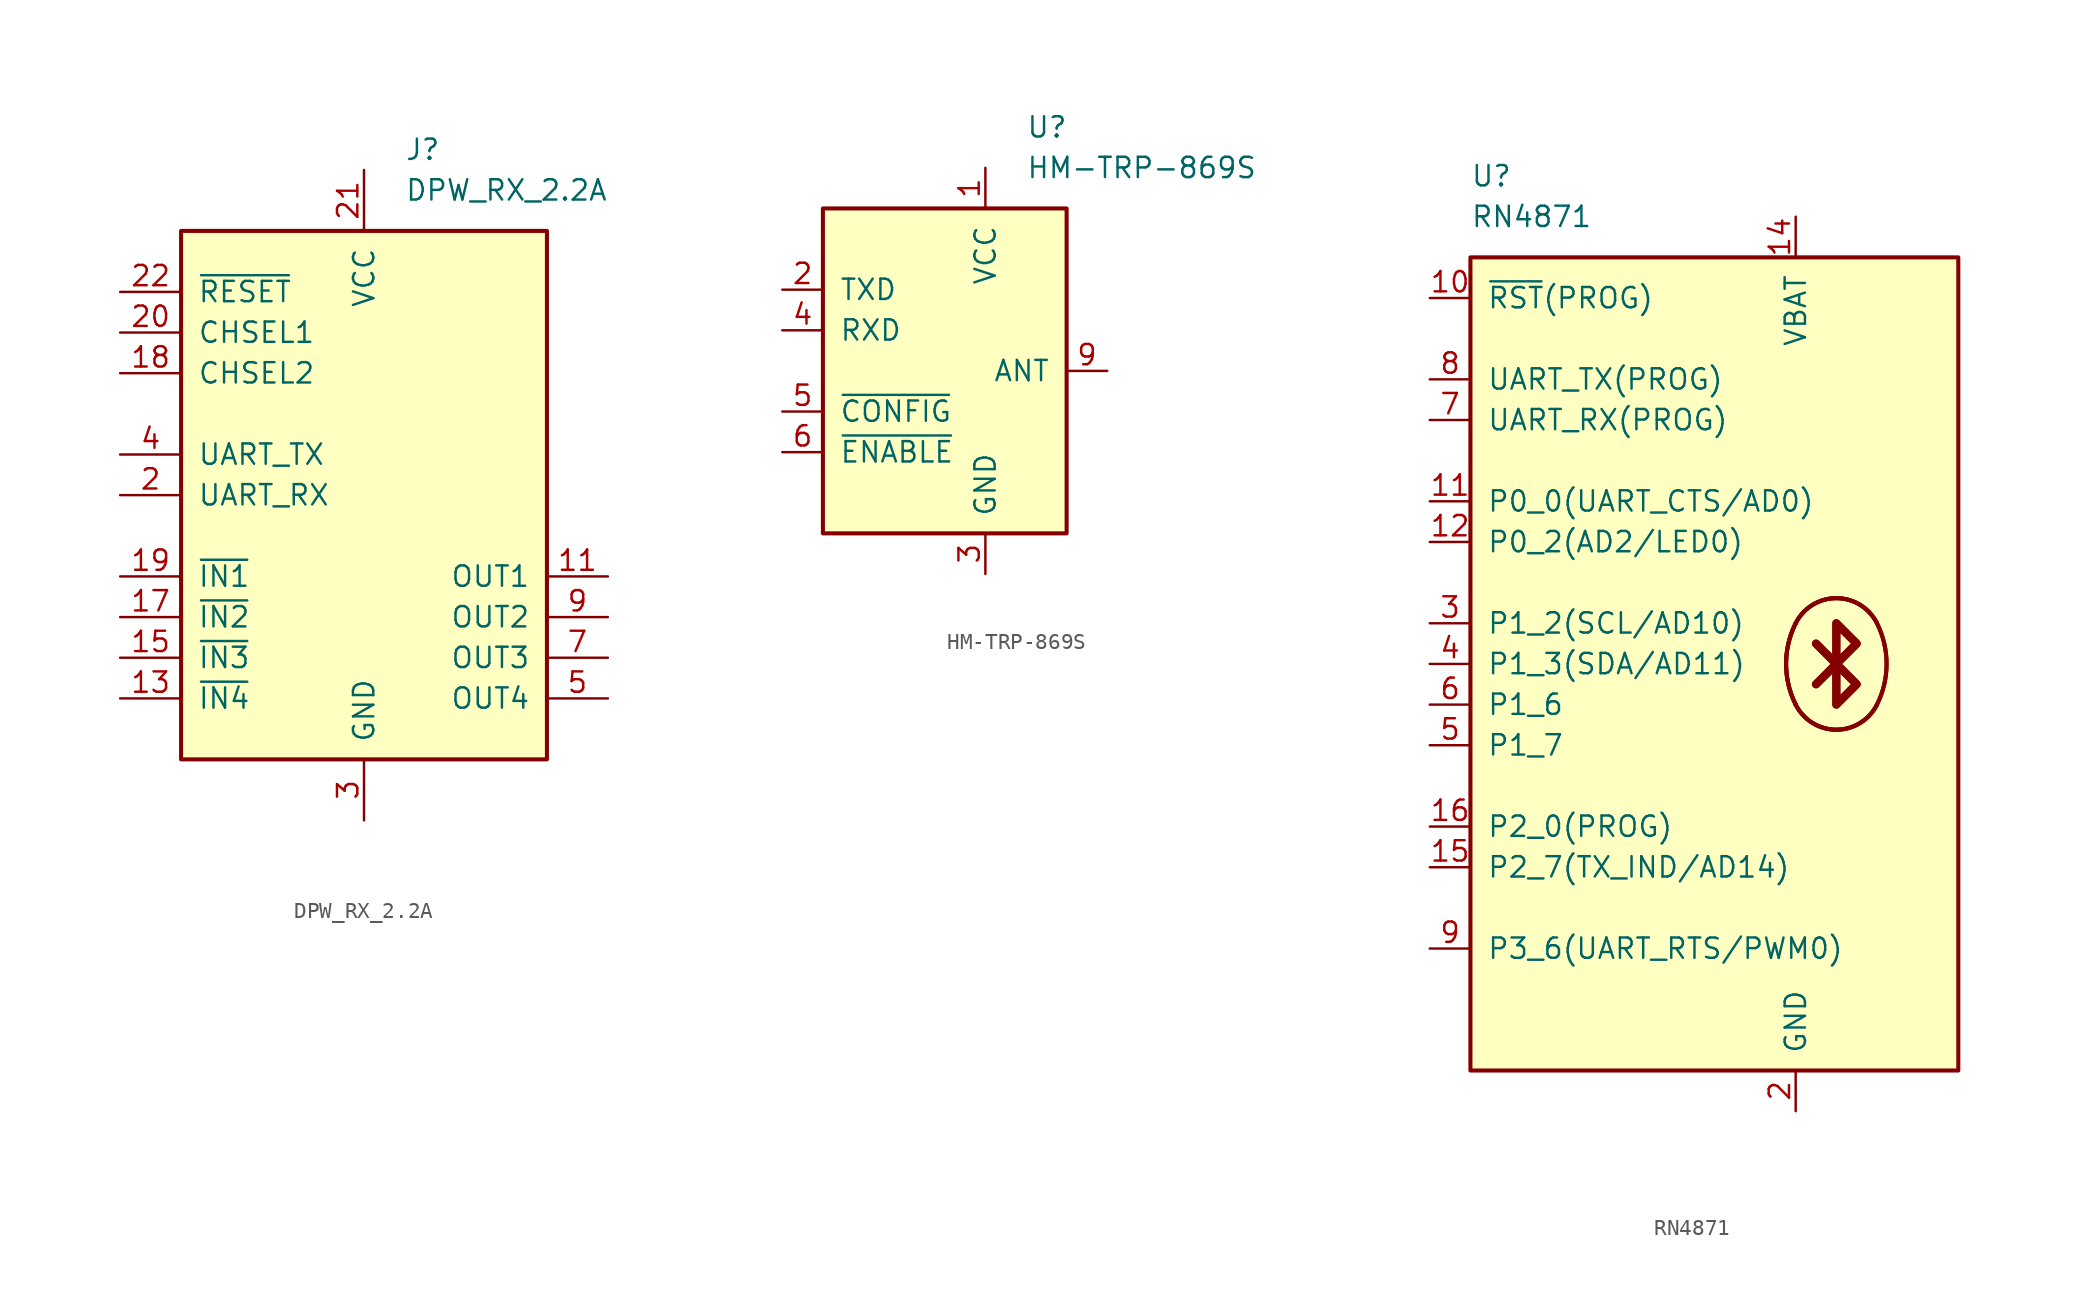
<source format=kicad_sym>
(kicad_symbol_lib
  (version 20201005)
  (generator kicad_symbol_editor)
  (symbol "KLIB_RF_Module:DPW_RX_2.2A"
    (pin_names
      (offset 1.016))
    (property "Reference" "J"
      (at 2.54 21.59 0)
      (effects (font (size 1.27 1.27)) (justify left)))
    (property "Value" "DPW_RX_2.2A"
      (at 2.54 19.05 0)
      (effects (font (size 1.27 1.27)) (justify left)))
    (symbol "DPW_RX_2.2A_0_1"
      (rectangle (start -11.43 16.51) (end 11.43 -16.51) (stroke (width 0.254)) (fill (type background))))
    (symbol "DPW_RX_2.2A_1_1"
      (pin unconnected line (at 15.24 -2.54 180) (length 3.81) hide (name "TEST" (effects (font (size 1.27 1.27)))) (number "1" (effects (font (size 1.27 1.27)))))
      (pin unconnected line (at 15.24 5.08 180) (length 3.81) hide (name "NC" (effects (font (size 1.27 1.27)))) (number "10" (effects (font (size 1.27 1.27)))))
      (pin output line (at 15.24 -5.08 180) (length 3.81) (name "OUT1" (effects (font (size 1.27 1.27)))) (number "11" (effects (font (size 1.27 1.27)))))
      (pin unconnected line (at 15.24 7.62 180) (length 3.81) hide (name "NC" (effects (font (size 1.27 1.27)))) (number "12" (effects (font (size 1.27 1.27)))))
      (pin input line (at -15.24 -12.7 0) (length 3.81) (name "~IN4" (effects (font (size 1.27 1.27)))) (number "13" (effects (font (size 1.27 1.27)))))
      (pin unconnected line (at 15.24 10.16 180) (length 3.81) hide (name "NC" (effects (font (size 1.27 1.27)))) (number "14" (effects (font (size 1.27 1.27)))))
      (pin input line (at -15.24 -10.16 0) (length 3.81) (name "~IN3" (effects (font (size 1.27 1.27)))) (number "15" (effects (font (size 1.27 1.27)))))
      (pin unconnected line (at 15.24 12.7 180) (length 3.81) hide (name "NC" (effects (font (size 1.27 1.27)))) (number "16" (effects (font (size 1.27 1.27)))))
      (pin input line (at -15.24 -7.62 0) (length 3.81) (name "~IN2" (effects (font (size 1.27 1.27)))) (number "17" (effects (font (size 1.27 1.27)))))
      (pin input line (at -15.24 7.62 0) (length 3.81) (name "CHSEL2" (effects (font (size 1.27 1.27)))) (number "18" (effects (font (size 1.27 1.27)))))
      (pin input line (at -15.24 -5.08 0) (length 3.81) (name "~IN1" (effects (font (size 1.27 1.27)))) (number "19" (effects (font (size 1.27 1.27)))))
      (pin input line (at -15.24 0 0) (length 3.81) (name "UART_RX" (effects (font (size 1.27 1.27)))) (number "2" (effects (font (size 1.27 1.27)))))
      (pin input line (at -15.24 10.16 0) (length 3.81) (name "CHSEL1" (effects (font (size 1.27 1.27)))) (number "20" (effects (font (size 1.27 1.27)))))
      (pin power_in line (at 0 20.32 270) (length 3.81) (name "VCC" (effects (font (size 1.27 1.27)))) (number "21" (effects (font (size 1.27 1.27)))))
      (pin input line (at -15.24 12.7 0) (length 3.81) (name "~RESET" (effects (font (size 1.27 1.27)))) (number "22" (effects (font (size 1.27 1.27)))))
      (pin power_in line (at 0 -20.32 90) (length 3.81) (name "GND" (effects (font (size 1.27 1.27)))) (number "3" (effects (font (size 1.27 1.27)))))
      (pin output line (at -15.24 2.54 0) (length 3.81) (name "UART_TX" (effects (font (size 1.27 1.27)))) (number "4" (effects (font (size 1.27 1.27)))))
      (pin output line (at 15.24 -12.7 180) (length 3.81) (name "OUT4" (effects (font (size 1.27 1.27)))) (number "5" (effects (font (size 1.27 1.27)))))
      (pin unconnected line (at 15.24 0 180) (length 3.81) hide (name "NC" (effects (font (size 1.27 1.27)))) (number "6" (effects (font (size 1.27 1.27)))))
      (pin output line (at 15.24 -10.16 180) (length 3.81) (name "OUT3" (effects (font (size 1.27 1.27)))) (number "7" (effects (font (size 1.27 1.27)))))
      (pin unconnected line (at 15.24 2.54 180) (length 3.81) hide (name "NC" (effects (font (size 1.27 1.27)))) (number "8" (effects (font (size 1.27 1.27)))))
      (pin output line (at 15.24 -7.62 180) (length 3.81) (name "OUT2" (effects (font (size 1.27 1.27)))) (number "9" (effects (font (size 1.27 1.27)))))))
  (symbol "KLIB_RF_Module:HM-TRP-869S"
    (pin_names
      (offset 1.016))
    (property "Reference" "U"
      (at 5.08 15.24 0)
      (effects (font (size 1.27 1.27)) (justify left)))
    (property "Value" "HM-TRP-869S"
      (at 5.08 12.7 0)
      (effects (font (size 1.27 1.27)) (justify left)))
    (symbol "HM-TRP-869S_0_1"
      (rectangle (start -7.62 10.16) (end 7.62 -10.16) (stroke (width 0.254)) (fill (type background))))
    (symbol "HM-TRP-869S_1_1"
      (pin power_in line (at 2.54 12.7 270) (length 2.54) (name "VCC" (effects (font (size 1.27 1.27)))) (number "1" (effects (font (size 1.27 1.27)))))
      (pin output line (at -10.16 5.08 0) (length 2.54) (name "TXD" (effects (font (size 1.27 1.27)))) (number "2" (effects (font (size 1.27 1.27)))))
      (pin power_in line (at 2.54 -12.7 90) (length 2.54) (name "GND" (effects (font (size 1.27 1.27)))) (number "3" (effects (font (size 1.27 1.27)))))
      (pin input line (at -10.16 2.54 0) (length 2.54) (name "RXD" (effects (font (size 1.27 1.27)))) (number "4" (effects (font (size 1.27 1.27)))))
      (pin input line (at -10.16 -2.54 0) (length 2.54) (name "~CONFIG" (effects (font (size 1.27 1.27)))) (number "5" (effects (font (size 1.27 1.27)))))
      (pin input line (at -10.16 -5.08 0) (length 2.54) (name "~ENABLE" (effects (font (size 1.27 1.27)))) (number "6" (effects (font (size 1.27 1.27)))))
      (pin unconnected line (at -10.16 0 0) (length 2.54) hide (name "TEST" (effects (font (size 1.27 1.27)))) (number "7" (effects (font (size 1.27 1.27)))))
      (pin passive line (at 2.54 -12.7 90) (length 2.54) hide (name "GND" (effects (font (size 1.27 1.27)))) (number "8" (effects (font (size 1.27 1.27)))))
      (pin passive line (at 10.16 0 180) (length 2.54) (name "ANT" (effects (font (size 1.27 1.27)))) (number "9" (effects (font (size 1.27 1.27)))))))
  (symbol "KLIB_RF_Module:RN4871"
    (pin_names
      (offset 1.016))
    (property "Reference" "U"
      (at -15.24 30.48 0)
      (effects (font (size 1.27 1.27)) (justify left)))
    (property "Value" "RN4871"
      (at -15.24 27.94 0)
      (effects (font (size 1.27 1.27)) (justify left)))
    (symbol "RN4871_0_1"
      (arc (start 10.16 2.54) (end 10.16 -2.54) (radius (at 5.08 0) (length 5.6896) (angles 26.5 -26.5)) (stroke (width 0.254)) (fill (type background)))
      (arc (start 10.16 2.54) (end 10.16 -2.54) (radius (at 5.08 0) (length 5.6896) (angles 26.5 -26.5)) (stroke (width 0.254)) (fill (type background)))
      (arc (start 5.08 -2.54) (end 10.16 -2.54) (radius (at 7.62 -1.27) (length 2.8448) (angles -153.4 -26.5)) (stroke (width 0.254)) (fill (type background)))
      (arc (start 5.08 -2.54) (end 10.16 -2.54) (radius (at 7.62 -1.27) (length 2.8448) (angles -153.4 -26.5)) (stroke (width 0.254)) (fill (type background)))
      (arc (start 5.08 -2.54) (end 10.16 -2.54) (radius (at 7.62 -1.27) (length 2.8448) (angles -153.4 -26.5)) (stroke (width 0.254)) (fill (type background)))
      (arc (start 5.08 2.54) (end 10.16 2.54) (radius (at 7.62 1.27) (length 2.8448) (angles 153.4 26.5)) (stroke (width 0.254)) (fill (type background)))
      (arc (start 5.08 2.54) (end 10.16 2.54) (radius (at 7.62 1.27) (length 2.8448) (angles 153.4 26.5)) (stroke (width 0.254)) (fill (type background)))
      (arc (start 5.08 2.54) (end 10.16 2.54) (radius (at 7.62 1.27) (length 2.8448) (angles 153.4 26.5)) (stroke (width 0.254)) (fill (type background)))
      (arc (start 5.08 2.54) (end 5.08 -2.54) (radius (at 10.16 0) (length 5.6896) (angles 153.4 -153.4)) (stroke (width 0.254)) (fill (type background)))
      (arc (start 5.08 2.54) (end 5.08 -2.54) (radius (at 10.16 0) (length 5.6896) (angles 153.4 -153.4)) (stroke (width 0.254)) (fill (type background)))
      (arc (start 5.08 2.54) (end 5.08 -2.54) (radius (at 10.16 0) (length 5.6896) (angles 153.4 -153.4)) (stroke (width 0.254)) (fill (type background)))
      (rectangle (start -15.24 25.4) (end 15.24 -25.4) (stroke (width 0.254)) (fill (type background)))
      (polyline (pts (xy 7.62 0) (xy 6.35 -1.27)) (stroke (width 0.508)) (fill (type none)))
      (polyline (pts (xy 7.62 0) (xy 6.35 -1.27)) (stroke (width 0.508)) (fill (type none)))
      (polyline (pts (xy 7.62 0) (xy 6.35 1.27)) (stroke (width 0.508)) (fill (type none)))
      (polyline (pts (xy 7.62 0) (xy 6.35 1.27)) (stroke (width 0.508)) (fill (type none)))
      (polyline (pts (xy 7.62 2.54) (xy 8.89 1.27) (xy 7.62 0) (xy 8.89 -1.27) (xy 7.62 -2.54) (xy 7.62 2.54)) (stroke (width 0.508)) (fill (type none)))
      (polyline (pts (xy 7.62 2.54) (xy 8.89 1.27) (xy 7.62 0) (xy 8.89 -1.27) (xy 7.62 -2.54) (xy 7.62 2.54)) (stroke (width 0.508)) (fill (type none))))
    (symbol "RN4871_1_1"
      (pin unconnected line (at -17.78 20.32 0) (length 2.54) hide (name "NC" (effects (font (size 1.27 1.27)))) (number "1" (effects (font (size 1.27 1.27)))))
      (pin input line (at -17.78 22.86 0) (length 2.54) (name "~RST~(PROG)" (effects (font (size 1.27 1.27)))) (number "10" (effects (font (size 1.27 1.27)))))
      (pin input line (at -17.78 10.16 0) (length 2.54) (name "P0_0(UART_CTS/AD0)" (effects (font (size 1.27 1.27)))) (number "11" (effects (font (size 1.27 1.27)))))
      (pin input line (at -17.78 7.62 0) (length 2.54) (name "P0_2(AD2/LED0)" (effects (font (size 1.27 1.27)))) (number "12" (effects (font (size 1.27 1.27)))))
      (pin passive line (at 5.08 -27.94 90) (length 2.54) hide (name "GND" (effects (font (size 1.27 1.27)))) (number "13" (effects (font (size 1.27 1.27)))))
      (pin power_in line (at 5.08 27.94 270) (length 2.54) (name "VBAT" (effects (font (size 1.27 1.27)))) (number "14" (effects (font (size 1.27 1.27)))))
      (pin input line (at -17.78 -12.7 0) (length 2.54) (name "P2_7(TX_IND/AD14)" (effects (font (size 1.27 1.27)))) (number "15" (effects (font (size 1.27 1.27)))))
      (pin input line (at -17.78 -10.16 0) (length 2.54) (name "P2_0(PROG)" (effects (font (size 1.27 1.27)))) (number "16" (effects (font (size 1.27 1.27)))))
      (pin power_in line (at 5.08 -27.94 90) (length 2.54) (name "GND" (effects (font (size 1.27 1.27)))) (number "2" (effects (font (size 1.27 1.27)))))
      (pin bidirectional line (at -17.78 2.54 0) (length 2.54) (name "P1_2(SCL/AD10)" (effects (font (size 1.27 1.27)))) (number "3" (effects (font (size 1.27 1.27)))))
      (pin input line (at -17.78 0 0) (length 2.54) (name "P1_3(SDA/AD11)" (effects (font (size 1.27 1.27)))) (number "4" (effects (font (size 1.27 1.27)))))
      (pin input line (at -17.78 -5.08 0) (length 2.54) (name "P1_7" (effects (font (size 1.27 1.27)))) (number "5" (effects (font (size 1.27 1.27)))))
      (pin bidirectional line (at -17.78 -2.54 0) (length 2.54) (name "P1_6" (effects (font (size 1.27 1.27)))) (number "6" (effects (font (size 1.27 1.27)))))
      (pin input line (at -17.78 15.24 0) (length 2.54) (name "UART_RX(PROG)" (effects (font (size 1.27 1.27)))) (number "7" (effects (font (size 1.27 1.27)))))
      (pin output line (at -17.78 17.78 0) (length 2.54) (name "UART_TX(PROG)" (effects (font (size 1.27 1.27)))) (number "8" (effects (font (size 1.27 1.27)))))
      (pin input line (at -17.78 -17.78 0) (length 2.54) (name "P3_6(UART_RTS/PWM0)" (effects (font (size 1.27 1.27)))) (number "9" (effects (font (size 1.27 1.27))))))))
</source>
